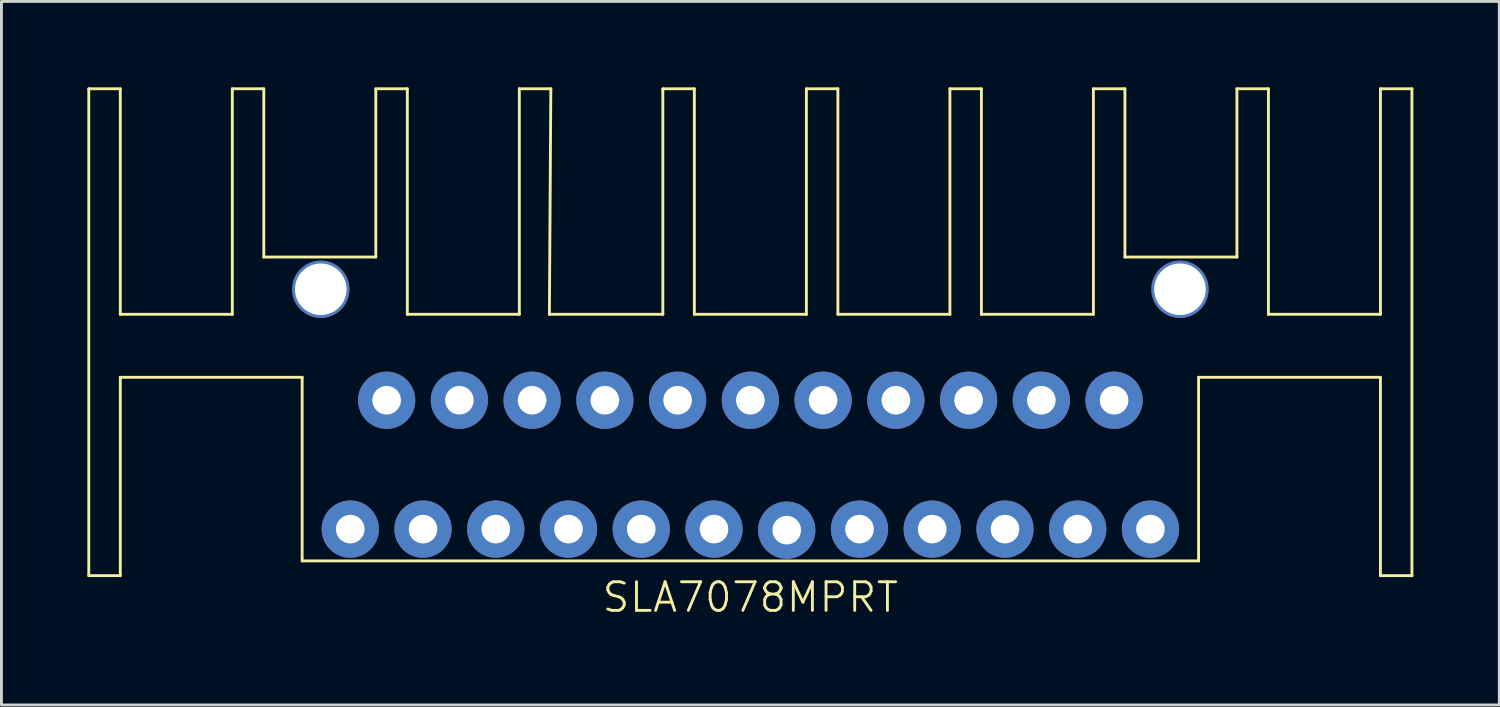
<source format=kicad_pcb>
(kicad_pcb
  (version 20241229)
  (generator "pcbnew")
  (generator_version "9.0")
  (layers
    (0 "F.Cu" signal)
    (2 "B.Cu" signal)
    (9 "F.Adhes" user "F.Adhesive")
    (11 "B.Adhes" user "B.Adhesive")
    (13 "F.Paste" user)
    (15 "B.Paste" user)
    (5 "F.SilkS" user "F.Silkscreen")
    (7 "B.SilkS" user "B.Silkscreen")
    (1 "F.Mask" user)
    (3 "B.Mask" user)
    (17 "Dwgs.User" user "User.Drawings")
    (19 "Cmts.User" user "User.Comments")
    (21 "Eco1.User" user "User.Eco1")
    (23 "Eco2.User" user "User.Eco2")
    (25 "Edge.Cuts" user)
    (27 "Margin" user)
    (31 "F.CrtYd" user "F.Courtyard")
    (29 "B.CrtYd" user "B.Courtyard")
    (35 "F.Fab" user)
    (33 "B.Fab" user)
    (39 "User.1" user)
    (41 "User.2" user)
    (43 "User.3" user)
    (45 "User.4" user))
  (footprint "SLA7078MPRT"
    (layer "F.Cu")
    (at 23.15 12.725)
    (property "Reference" "SLA7078MPRT" (at 0 5.08 0) (unlocked yes) (layer "F.SilkS") (effects (font (size 1 1) (thickness 0.1))))
    (attr smd)
    (fp_line (start -23.1 -12.675) (end -23.1 4.325) (stroke (width 0.1) (type default)) (layer "F.SilkS"))
    (fp_line (start -23.1 4.325) (end -22 4.325) (stroke (width 0.1) (type default)) (layer "F.SilkS"))
    (fp_line (start -22 -12.675) (end -23.1 -12.675) (stroke (width 0.1) (type default)) (layer "F.SilkS"))
    (fp_line (start -22 -12.675) (end -22 -4.8) (stroke (width 0.1) (type default)) (layer "F.SilkS"))
    (fp_line (start -22 -4.8) (end -18.089 -4.8) (stroke (width 0.1) (type default)) (layer "F.SilkS"))
    (fp_line (start -22 4.325) (end -22 -2.6) (stroke (width 0.1) (type default)) (layer "F.SilkS"))
    (fp_line (start -18.089 -4.8) (end -18.089 -12.675) (stroke (width 0.1) (type solid)) (layer "F.SilkS"))
    (fp_line (start -16.989 -12.675) (end -18.089 -12.675) (stroke (width 0.1) (type default)) (layer "F.SilkS"))
    (fp_line (start -16.989 -6.8) (end -16.989 -12.675) (stroke (width 0.1) (type solid)) (layer "F.SilkS"))
    (fp_line (start -16.989 -6.8) (end -13.078 -6.8) (stroke (width 0.1) (type default)) (layer "F.SilkS"))
    (fp_line (start -15.65 -2.6) (end -22 -2.6) (stroke (width 0.1) (type default)) (layer "F.SilkS"))
    (fp_line (start -15.65 -2.6) (end -15.65 3.81) (stroke (width 0.1) (type default)) (layer "F.SilkS"))
    (fp_line (start -15.65 3.81) (end 15.65 3.81) (stroke (width 0.1) (type default)) (layer "F.SilkS"))
    (fp_line (start -13.078 -6.8) (end -13.078 -12.675) (stroke (width 0.1) (type solid)) (layer "F.SilkS"))
    (fp_line (start -11.978 -12.675) (end -13.078 -12.675) (stroke (width 0.1) (type default)) (layer "F.SilkS"))
    (fp_line (start -11.978 -4.8) (end -11.978 -12.675) (stroke (width 0.1) (type solid)) (layer "F.SilkS"))
    (fp_line (start -11.978 -4.8) (end -8.067 -4.8) (stroke (width 0.1) (type default)) (layer "F.SilkS"))
    (fp_line (start -8.067 -4.8) (end -8.067 -12.675) (stroke (width 0.1) (type solid)) (layer "F.SilkS"))
    (fp_line (start -7.017 -4.8) (end -6.967 -12.675) (stroke (width 0.1) (type solid)) (layer "F.SilkS"))
    (fp_line (start -7.017 -4.8) (end -3.056 -4.8) (stroke (width 0.1) (type default)) (layer "F.SilkS"))
    (fp_line (start -6.967 -12.675) (end -8.067 -12.675) (stroke (width 0.1) (type default)) (layer "F.SilkS"))
    (fp_line (start -3.056 -4.8) (end -3.056 -12.675) (stroke (width 0.1) (type solid)) (layer "F.SilkS"))
    (fp_line (start -1.956 -12.675) (end -3.056 -12.675) (stroke (width 0.1) (type default)) (layer "F.SilkS"))
    (fp_line (start -1.956 -4.8) (end -1.956 -12.675) (stroke (width 0.1) (type solid)) (layer "F.SilkS"))
    (fp_line (start -1.956 -4.8) (end 1.956 -4.8) (stroke (width 0.1) (type default)) (layer "F.SilkS"))
    (fp_line (start 1.956 -4.8) (end 1.956 -12.675) (stroke (width 0.1) (type solid)) (layer "F.SilkS"))
    (fp_line (start 3.056 -12.675) (end 1.956 -12.675) (stroke (width 0.1) (type default)) (layer "F.SilkS"))
    (fp_line (start 3.056 -4.8) (end 3.056 -12.675) (stroke (width 0.1) (type solid)) (layer "F.SilkS"))
    (fp_line (start 3.056 -4.8) (end 6.967 -4.8) (stroke (width 0.1) (type default)) (layer "F.SilkS"))
    (fp_line (start 6.967 -4.8) (end 6.967 -12.675) (stroke (width 0.1) (type solid)) (layer "F.SilkS"))
    (fp_line (start 8.067 -12.675) (end 6.967 -12.675) (stroke (width 0.1) (type default)) (layer "F.SilkS"))
    (fp_line (start 8.067 -4.8) (end 8.067 -12.675) (stroke (width 0.1) (type solid)) (layer "F.SilkS"))
    (fp_line (start 8.067 -4.8) (end 11.978 -4.8) (stroke (width 0.1) (type default)) (layer "F.SilkS"))
    (fp_line (start 11.978 -4.8) (end 11.978 -12.675) (stroke (width 0.1) (type solid)) (layer "F.SilkS"))
    (fp_line (start 13.078 -12.675) (end 11.978 -12.675) (stroke (width 0.1) (type default)) (layer "F.SilkS"))
    (fp_line (start 13.078 -6.8) (end 13.078 -12.675) (stroke (width 0.1) (type solid)) (layer "F.SilkS"))
    (fp_line (start 13.078 -6.8) (end 16.989 -6.8) (stroke (width 0.1) (type default)) (layer "F.SilkS"))
    (fp_line (start 15.65 -2.6) (end 22 -2.6) (stroke (width 0.1) (type default)) (layer "F.SilkS"))
    (fp_line (start 15.65 3.81) (end 15.65 -2.6) (stroke (width 0.1) (type default)) (layer "F.SilkS"))
    (fp_line (start 16.989 -6.8) (end 16.989 -12.675) (stroke (width 0.1) (type solid)) (layer "F.SilkS"))
    (fp_line (start 18.089 -12.675) (end 16.989 -12.675) (stroke (width 0.1) (type default)) (layer "F.SilkS"))
    (fp_line (start 18.089 -4.8) (end 18.089 -12.675) (stroke (width 0.1) (type solid)) (layer "F.SilkS"))
    (fp_line (start 18.089 -4.8) (end 22 -4.8) (stroke (width 0.1) (type default)) (layer "F.SilkS"))
    (fp_line (start 22 -4.8) (end 22 -12.675) (stroke (width 0.1) (type default)) (layer "F.SilkS"))
    (fp_line (start 22 4.325) (end 22 -2.6) (stroke (width 0.1) (type default)) (layer "F.SilkS"))
    (fp_line (start 23.1 -12.675) (end 22 -12.675) (stroke (width 0.1) (type default)) (layer "F.SilkS"))
    (fp_line (start 23.1 4.325) (end 22 4.325) (stroke (width 0.1) (type default)) (layer "F.SilkS"))
    (fp_line (start 23.1 4.325) (end 23.1 -12.675) (stroke (width 0.1) (type default)) (layer "F.SilkS"))
    (pad "" np_thru_hole circle (at -15 -5.675) (size 2 2) (drill 1.8) (layers "*.Cu" "*.Mask"))
    (pad "" np_thru_hole circle (at 15 -5.675) (size 2 2) (drill 1.8) (layers "*.Cu" "*.Mask"))
    (pad "1" thru_hole circle (at -13.97 2.7) (size 2 2) (drill 1) (layers "*.Cu" "*.Mask"))
    (pad "2" thru_hole circle (at -12.7 -1.8) (size 2 2) (drill 1) (layers "*.Cu" "*.Mask"))
    (pad "3" thru_hole circle (at -11.43 2.7) (size 2 2) (drill 1) (layers "*.Cu" "*.Mask" "Eco2.User"))
    (pad "4" thru_hole circle (at -10.16 -1.8) (size 2 2) (drill 1) (layers "*.Cu" "*.Mask"))
    (pad "5" thru_hole circle (at -8.89 2.7) (size 2 2) (drill 1) (layers "*.Cu" "*.Mask" "Eco2.User"))
    (pad "6" thru_hole circle (at -7.62 -1.8) (size 2 2) (drill 1) (layers "*.Cu" "*.Mask"))
    (pad "7" thru_hole circle (at -6.35 2.7) (size 2 2) (drill 1) (layers "*.Cu" "*.Mask" "Eco2.User"))
    (pad "8" thru_hole circle (at -5.08 -1.8) (size 2 2) (drill 1) (layers "*.Cu" "*.Mask"))
    (pad "9" thru_hole circle (at -3.81 2.7) (size 2 2) (drill 1) (layers "*.Cu" "*.Mask" "Eco2.User"))
    (pad "10" thru_hole circle (at -2.54 -1.8) (size 2 2) (drill 1) (layers "*.Cu" "*.Mask"))
    (pad "11" thru_hole circle (at -1.27 2.7) (size 2 2) (drill 1) (layers "*.Cu" "*.Mask" "Eco2.User"))
    (pad "12" thru_hole circle (at 0 -1.8) (size 2 2) (drill 1) (layers "*.Cu" "*.Mask"))
    (pad "13" thru_hole circle (at 1.27 2.736) (size 2 2) (drill 1) (layers "*.Cu" "*.Mask" "Eco2.User"))
    (pad "14" thru_hole circle (at 2.54 -1.8) (size 2 2) (drill 1) (layers "*.Cu" "*.Mask"))
    (pad "15" thru_hole circle (at 3.81 2.7) (size 2 2) (drill 1) (layers "*.Cu" "*.Mask" "Eco2.User"))
    (pad "16" thru_hole circle (at 5.08 -1.8) (size 2 2) (drill 1) (layers "*.Cu" "*.Mask"))
    (pad "17" thru_hole circle (at 6.35 2.7) (size 2 2) (drill 1) (layers "*.Cu" "*.Mask" "Eco2.User"))
    (pad "18" thru_hole circle (at 7.62 -1.8) (size 2 2) (drill 1) (layers "*.Cu" "*.Mask"))
    (pad "19" thru_hole circle (at 8.89 2.7) (size 2 2) (drill 1) (layers "*.Cu" "*.Mask" "Eco2.User"))
    (pad "20" thru_hole circle (at 10.16 -1.8) (size 2 2) (drill 1) (layers "*.Cu" "*.Mask"))
    (pad "21" thru_hole circle (at 11.43 2.7) (size 2 2) (drill 1) (layers "*.Cu" "*.Mask" "Eco2.User"))
    (pad "22" thru_hole circle (at 12.7 -1.8) (size 2 2) (drill 1) (layers "*.Cu" "*.Mask"))
    (pad "23" thru_hole circle (at 13.97 2.7) (size 2 2) (drill 1) (layers "*.Cu" "*.Mask" "Eco2.User")))
  (gr_rect
    (start -3 -3)
    (end 49.3 21.566)
    (stroke (width 0.1) (type default))
    (fill no)
    (layer "Edge.Cuts")))
</source>
